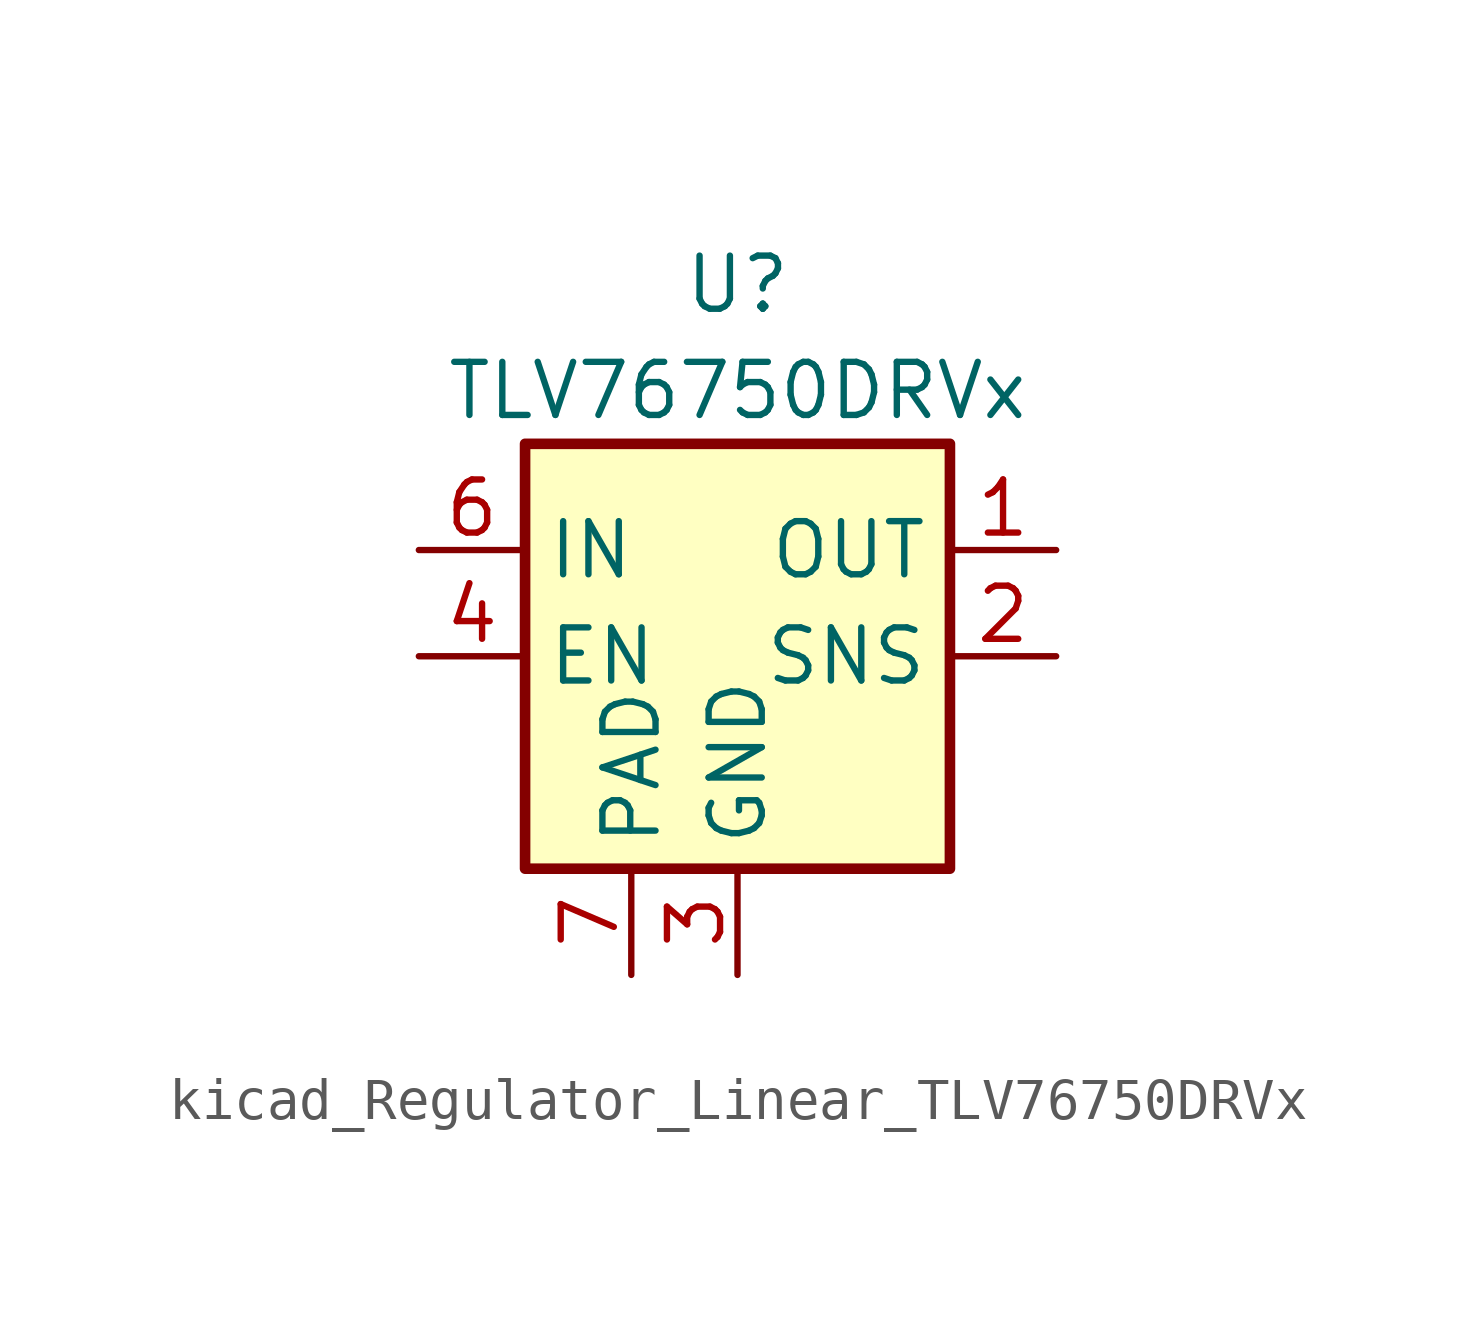
<source format=kicad_sym>
(kicad_symbol_lib
  (version 20220914)
  (generator kicad_symbol_editor)
  (symbol "kicad_Regulator_Linear_TLV76750DRVx"
    (property "Reference" "U"
      (at 0 8.89 0)
      (effects (font (size 1.27 1.27))))
    (property "Value" "TLV76750DRVx"
      (at 0 6.35 0)
      (effects (font (size 1.27 1.27))))
    (symbol "kicad_Regulator_Linear_TLV76750DRVx_0_1"
      (rectangle (start -5.08 -5.08) (end 5.08 5.08) (stroke (width 0.254) (type default)) (fill (type background))))
    (symbol "kicad_Regulator_Linear_TLV76750DRVx_1_1"
      (pin power_out line (at 7.62 2.54 180) (length 2.54) (name "OUT" (effects (font (size 1.27 1.27)))) (number "1" (effects (font (size 1.27 1.27)))))
      (pin input line (at 7.62 0 180) (length 2.54) (name "SNS" (effects (font (size 1.27 1.27)))) (number "2" (effects (font (size 1.27 1.27)))))
      (pin power_in line (at 0 -7.62 90) (length 2.54) (name "GND" (effects (font (size 1.27 1.27)))) (number "3" (effects (font (size 1.27 1.27)))))
      (pin input line (at -7.62 0 0) (length 2.54) (name "EN" (effects (font (size 1.27 1.27)))) (number "4" (effects (font (size 1.27 1.27)))))
      (pin passive line (at 0 -7.62 90) (length 2.54) hide (name "GND" (effects (font (size 1.27 1.27)))) (number "5" (effects (font (size 1.27 1.27)))))
      (pin power_in line (at -7.62 2.54 0) (length 2.54) (name "IN" (effects (font (size 1.27 1.27)))) (number "6" (effects (font (size 1.27 1.27)))))
      (pin passive line (at -2.54 -7.62 90) (length 2.54) (name "PAD" (effects (font (size 1.27 1.27)))) (number "7" (effects (font (size 1.27 1.27))))))))
</source>
